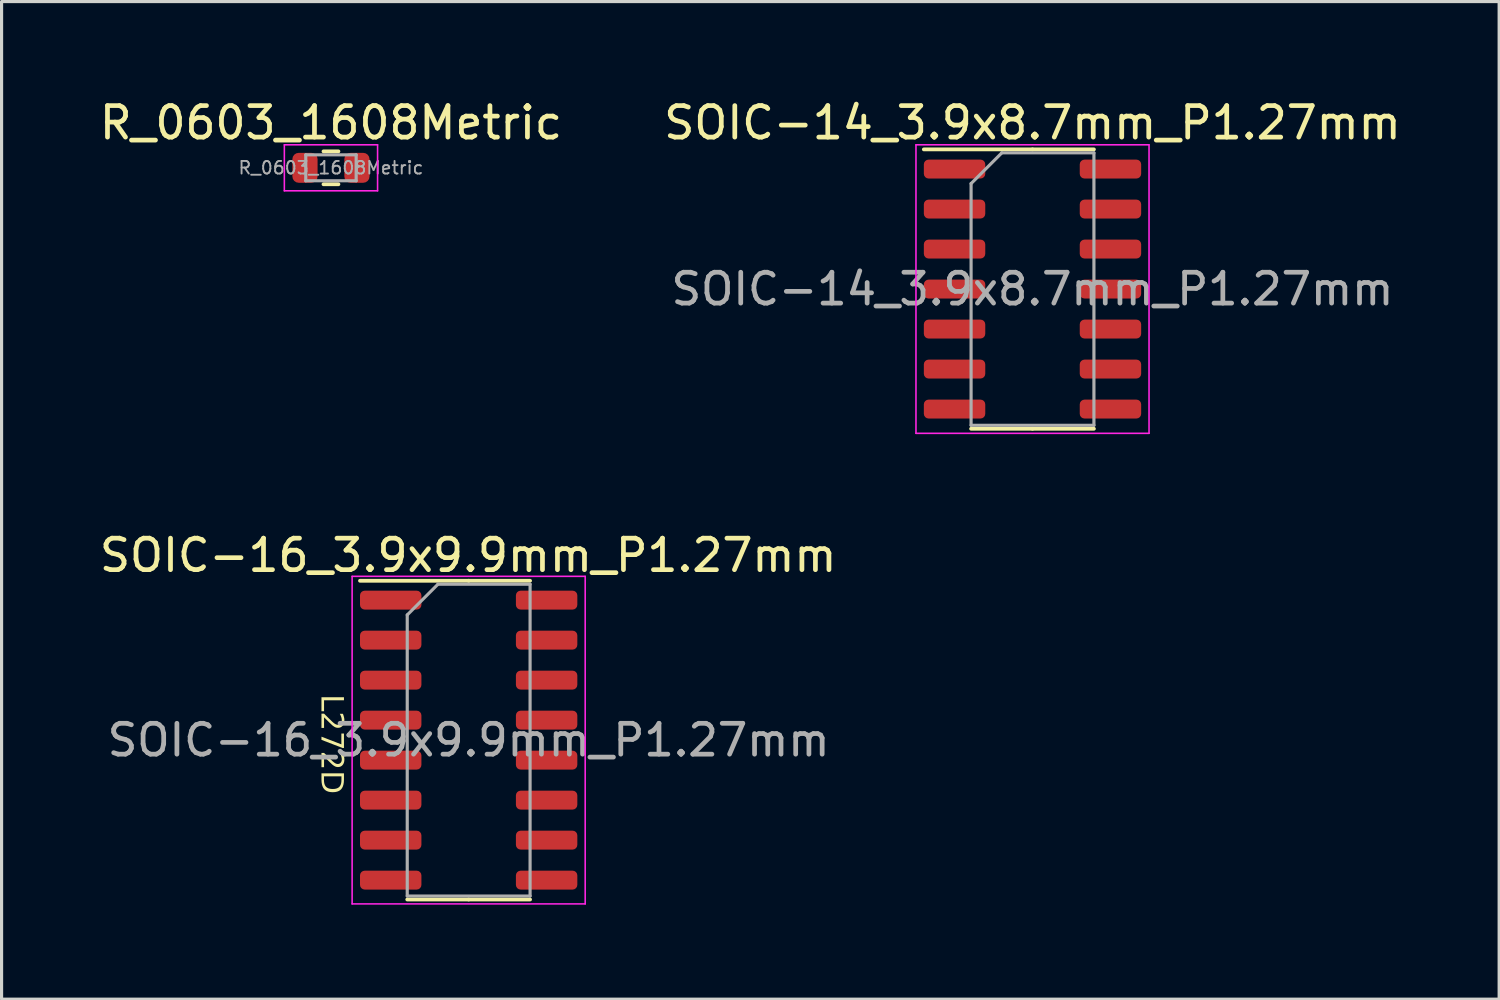
<source format=kicad_pcb>
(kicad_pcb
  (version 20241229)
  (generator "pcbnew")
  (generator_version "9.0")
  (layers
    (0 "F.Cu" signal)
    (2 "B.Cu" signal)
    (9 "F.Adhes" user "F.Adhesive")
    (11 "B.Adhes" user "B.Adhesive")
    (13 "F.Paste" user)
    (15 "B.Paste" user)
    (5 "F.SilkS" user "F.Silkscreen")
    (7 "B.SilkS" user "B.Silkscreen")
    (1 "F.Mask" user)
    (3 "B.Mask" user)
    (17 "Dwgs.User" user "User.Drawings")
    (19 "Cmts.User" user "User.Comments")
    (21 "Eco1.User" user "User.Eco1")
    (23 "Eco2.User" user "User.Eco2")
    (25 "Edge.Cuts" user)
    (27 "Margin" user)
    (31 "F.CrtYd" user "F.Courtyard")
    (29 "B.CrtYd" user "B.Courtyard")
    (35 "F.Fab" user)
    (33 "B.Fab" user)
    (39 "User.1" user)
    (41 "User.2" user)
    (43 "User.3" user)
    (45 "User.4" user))
  (footprint "SOIC-14_3.9x8.7mm_P1.27mm"
    (layer "F.Cu")
    (at 29.732 6.128)
    (property "Reference" "SOIC-14_3.9x8.7mm_P1.27mm" (at 0 -5.28 0) (layer "F.SilkS") (effects (font (size 1 1) (thickness 0.15))))
    (attr smd)
    (fp_line (start 0 -4.435) (end -3.45 -4.435) (stroke (width 0.12) (type solid)) (layer "F.SilkS"))
    (fp_line (start 0 -4.435) (end 1.95 -4.435) (stroke (width 0.12) (type solid)) (layer "F.SilkS"))
    (fp_line (start 0 4.435) (end -1.95 4.435) (stroke (width 0.12) (type solid)) (layer "F.SilkS"))
    (fp_line (start 0 4.435) (end 1.95 4.435) (stroke (width 0.12) (type solid)) (layer "F.SilkS"))
    (fp_line (start -3.7 -4.58) (end -3.7 4.58) (stroke (width 0.05) (type solid)) (layer "F.CrtYd"))
    (fp_line (start -3.7 4.58) (end 3.7 4.58) (stroke (width 0.05) (type solid)) (layer "F.CrtYd"))
    (fp_line (start 3.7 -4.58) (end -3.7 -4.58) (stroke (width 0.05) (type solid)) (layer "F.CrtYd"))
    (fp_line (start 3.7 4.58) (end 3.7 -4.58) (stroke (width 0.05) (type solid)) (layer "F.CrtYd"))
    (fp_line (start -1.95 -3.35) (end -0.975 -4.325) (stroke (width 0.1) (type solid)) (layer "F.Fab"))
    (fp_line (start -1.95 4.325) (end -1.95 -3.35) (stroke (width 0.1) (type solid)) (layer "F.Fab"))
    (fp_line (start -0.975 -4.325) (end 1.95 -4.325) (stroke (width 0.1) (type solid)) (layer "F.Fab"))
    (fp_line (start 1.95 -4.325) (end 1.95 4.325) (stroke (width 0.1) (type solid)) (layer "F.Fab"))
    (fp_line (start 1.95 4.325) (end -1.95 4.325) (stroke (width 0.1) (type solid)) (layer "F.Fab"))
    (fp_text user "${REFERENCE}" (at 0 0 0) (layer "F.Fab") (effects (font (size 0.98 0.98) (thickness 0.15))))
    (pad "1" smd roundrect (at -2.475 -3.81 180) (size 1.95 0.6) (layers "F.Cu" "F.Mask" "F.Paste") (roundrect_rratio 0.25))
    (pad "2" smd roundrect (at -2.475 -2.54 180) (size 1.95 0.6) (layers "F.Cu" "F.Mask" "F.Paste") (roundrect_rratio 0.25))
    (pad "3" smd roundrect (at -2.475 -1.27 180) (size 1.95 0.6) (layers "F.Cu" "F.Mask" "F.Paste") (roundrect_rratio 0.25))
    (pad "4" smd roundrect (at -2.475 0 180) (size 1.95 0.6) (layers "F.Cu" "F.Mask" "F.Paste") (roundrect_rratio 0.25))
    (pad "5" smd roundrect (at -2.475 1.27 180) (size 1.95 0.6) (layers "F.Cu" "F.Mask" "F.Paste") (roundrect_rratio 0.25))
    (pad "6" smd roundrect (at -2.475 2.54 180) (size 1.95 0.6) (layers "F.Cu" "F.Mask" "F.Paste") (roundrect_rratio 0.25))
    (pad "7" smd roundrect (at -2.475 3.81 180) (size 1.95 0.6) (layers "F.Cu" "F.Mask" "F.Paste") (roundrect_rratio 0.25))
    (pad "8" smd roundrect (at 2.475 3.81 180) (size 1.95 0.6) (layers "F.Cu" "F.Mask" "F.Paste") (roundrect_rratio 0.25))
    (pad "9" smd roundrect (at 2.475 2.54 180) (size 1.95 0.6) (layers "F.Cu" "F.Mask" "F.Paste") (roundrect_rratio 0.25))
    (pad "10" smd roundrect (at 2.475 1.27 180) (size 1.95 0.6) (layers "F.Cu" "F.Mask" "F.Paste") (roundrect_rratio 0.25))
    (pad "11" smd roundrect (at 2.475 0 180) (size 1.95 0.6) (layers "F.Cu" "F.Mask" "F.Paste") (roundrect_rratio 0.25))
    (pad "12" smd roundrect (at 2.475 -1.27 180) (size 1.95 0.6) (layers "F.Cu" "F.Mask" "F.Paste") (roundrect_rratio 0.25))
    (pad "13" smd roundrect (at 2.475 -2.54 180) (size 1.95 0.6) (layers "F.Cu" "F.Mask" "F.Paste") (roundrect_rratio 0.25))
    (pad "14" smd roundrect (at 2.475 -3.81 180) (size 1.95 0.6) (layers "F.Cu" "F.Mask" "F.Paste") (roundrect_rratio 0.25)))
  (footprint "R_0603_1608Metric"
    (layer "F.Cu")
    (at 7.458 2.278)
    (property "Reference" "R_0603_1608Metric" (at 0 -1.43 0) (layer "F.SilkS") (effects (font (size 1 1) (thickness 0.15))))
    (attr smd)
    (fp_line (start -0.237 -0.522) (end 0.237 -0.522) (stroke (width 0.12) (type solid)) (layer "F.SilkS"))
    (fp_line (start -0.237 0.522) (end 0.237 0.522) (stroke (width 0.12) (type solid)) (layer "F.SilkS"))
    (fp_line (start -1.48 -0.73) (end 1.48 -0.73) (stroke (width 0.05) (type solid)) (layer "F.CrtYd"))
    (fp_line (start -1.48 0.73) (end -1.48 -0.73) (stroke (width 0.05) (type solid)) (layer "F.CrtYd"))
    (fp_line (start 1.48 -0.73) (end 1.48 0.73) (stroke (width 0.05) (type solid)) (layer "F.CrtYd"))
    (fp_line (start 1.48 0.73) (end -1.48 0.73) (stroke (width 0.05) (type solid)) (layer "F.CrtYd"))
    (fp_line (start -0.8 -0.412) (end 0.8 -0.412) (stroke (width 0.1) (type solid)) (layer "F.Fab"))
    (fp_line (start -0.8 0.412) (end -0.8 -0.412) (stroke (width 0.1) (type solid)) (layer "F.Fab"))
    (fp_line (start 0.8 -0.412) (end 0.8 0.412) (stroke (width 0.1) (type solid)) (layer "F.Fab"))
    (fp_line (start 0.8 0.412) (end -0.8 0.412) (stroke (width 0.1) (type solid)) (layer "F.Fab"))
    (fp_text user "${REFERENCE}" (at 0 0 0) (layer "F.Fab") (effects (font (size 0.4 0.4) (thickness 0.06))))
    (pad "1" smd roundrect (at -0.825 0 180) (size 0.8 0.95) (layers "F.Cu" "F.Mask" "F.Paste") (roundrect_rratio 0.25))
    (pad "2" smd roundrect (at 0.825 0 180) (size 0.8 0.95) (layers "F.Cu" "F.Mask" "F.Paste") (roundrect_rratio 0.25)))
  (footprint "SOIC-16_3.9x9.9mm_P1.27mm"
    (layer "F.Cu")
    (at 11.83 20.449)
    (property "Reference" "SOIC-16_3.9x9.9mm_P1.27mm" (at -0.014 -5.867 0) (layer "F.SilkS") (effects (font (size 1 1) (thickness 0.15))))
    (attr smd)
    (fp_line (start 0 -5.06) (end -3.45 -5.06) (stroke (width 0.12) (type solid)) (layer "F.SilkS"))
    (fp_line (start 0 -5.06) (end 1.95 -5.06) (stroke (width 0.12) (type solid)) (layer "F.SilkS"))
    (fp_line (start 0 5.06) (end -1.95 5.06) (stroke (width 0.12) (type solid)) (layer "F.SilkS"))
    (fp_line (start 0 5.06) (end 1.95 5.06) (stroke (width 0.12) (type solid)) (layer "F.SilkS"))
    (fp_line (start -3.7 -5.2) (end -3.7 5.2) (stroke (width 0.05) (type solid)) (layer "F.CrtYd"))
    (fp_line (start -3.7 5.2) (end 3.7 5.2) (stroke (width 0.05) (type solid)) (layer "F.CrtYd"))
    (fp_line (start 3.7 -5.2) (end -3.7 -5.2) (stroke (width 0.05) (type solid)) (layer "F.CrtYd"))
    (fp_line (start 3.7 5.2) (end 3.7 -5.2) (stroke (width 0.05) (type solid)) (layer "F.CrtYd"))
    (fp_line (start -1.95 -3.975) (end -0.975 -4.95) (stroke (width 0.1) (type solid)) (layer "F.Fab"))
    (fp_line (start -1.95 4.95) (end -1.95 -3.975) (stroke (width 0.1) (type solid)) (layer "F.Fab"))
    (fp_line (start -0.975 -4.95) (end 1.95 -4.95) (stroke (width 0.1) (type solid)) (layer "F.Fab"))
    (fp_line (start 1.95 -4.95) (end 1.95 4.95) (stroke (width 0.1) (type solid)) (layer "F.Fab"))
    (fp_line (start 1.95 4.95) (end -1.95 4.95) (stroke (width 0.1) (type solid)) (layer "F.Fab"))
    (fp_text user "L272D" (at -4.383 0.127 270) (unlocked yes) (layer "F.SilkS") (effects (font (face "Eurostile Next LT Com") (size 0.7 0.7) (thickness 0.15))))
    (fp_text user "${REFERENCE}" (at 0 0 0) (layer "F.Fab") (effects (font (size 0.98 0.98) (thickness 0.15))))
    (pad "1" smd roundrect (at -2.475 -4.445 180) (size 1.95 0.6) (layers "F.Cu" "F.Mask" "F.Paste") (roundrect_rratio 0.25))
    (pad "2" smd roundrect (at -2.475 -3.175 180) (size 1.95 0.6) (layers "F.Cu" "F.Mask" "F.Paste") (roundrect_rratio 0.25))
    (pad "3" smd roundrect (at -2.475 -1.905 180) (size 1.95 0.6) (layers "F.Cu" "F.Mask" "F.Paste") (roundrect_rratio 0.25))
    (pad "4" smd roundrect (at -2.475 -0.635 180) (size 1.95 0.6) (layers "F.Cu" "F.Mask" "F.Paste") (roundrect_rratio 0.25))
    (pad "5" smd roundrect (at -2.475 0.635 180) (size 1.95 0.6) (layers "F.Cu" "F.Mask" "F.Paste") (roundrect_rratio 0.25))
    (pad "6" smd roundrect (at -2.475 1.905 180) (size 1.95 0.6) (layers "F.Cu" "F.Mask" "F.Paste") (roundrect_rratio 0.25))
    (pad "7" smd roundrect (at -2.475 3.175 180) (size 1.95 0.6) (layers "F.Cu" "F.Mask" "F.Paste") (roundrect_rratio 0.25))
    (pad "8" smd roundrect (at -2.475 4.445 180) (size 1.95 0.6) (layers "F.Cu" "F.Mask" "F.Paste") (roundrect_rratio 0.25))
    (pad "9" smd roundrect (at 2.475 4.445 180) (size 1.95 0.6) (layers "F.Cu" "F.Mask" "F.Paste") (roundrect_rratio 0.25))
    (pad "10" smd roundrect (at 2.475 3.175 180) (size 1.95 0.6) (layers "F.Cu" "F.Mask" "F.Paste") (roundrect_rratio 0.25))
    (pad "11" smd roundrect (at 2.475 1.905 180) (size 1.95 0.6) (layers "F.Cu" "F.Mask" "F.Paste") (roundrect_rratio 0.25))
    (pad "12" smd roundrect (at 2.475 0.635 180) (size 1.95 0.6) (layers "F.Cu" "F.Mask" "F.Paste") (roundrect_rratio 0.25))
    (pad "13" smd roundrect (at 2.475 -0.635 180) (size 1.95 0.6) (layers "F.Cu" "F.Mask" "F.Paste") (roundrect_rratio 0.25))
    (pad "14" smd roundrect (at 2.475 -1.905 180) (size 1.95 0.6) (layers "F.Cu" "F.Mask" "F.Paste") (roundrect_rratio 0.25))
    (pad "15" smd roundrect (at 2.475 -3.175 180) (size 1.95 0.6) (layers "F.Cu" "F.Mask" "F.Paste") (roundrect_rratio 0.25))
    (pad "16" smd roundrect (at 2.475 -4.445 180) (size 1.95 0.6) (layers "F.Cu" "F.Mask" "F.Paste") (roundrect_rratio 0.25)))
  (gr_rect
    (start -3 -3)
    (end 44.548 28.674)
    (stroke (width 0.1) (type default))
    (fill no)
    (layer "Edge.Cuts")))
</source>
